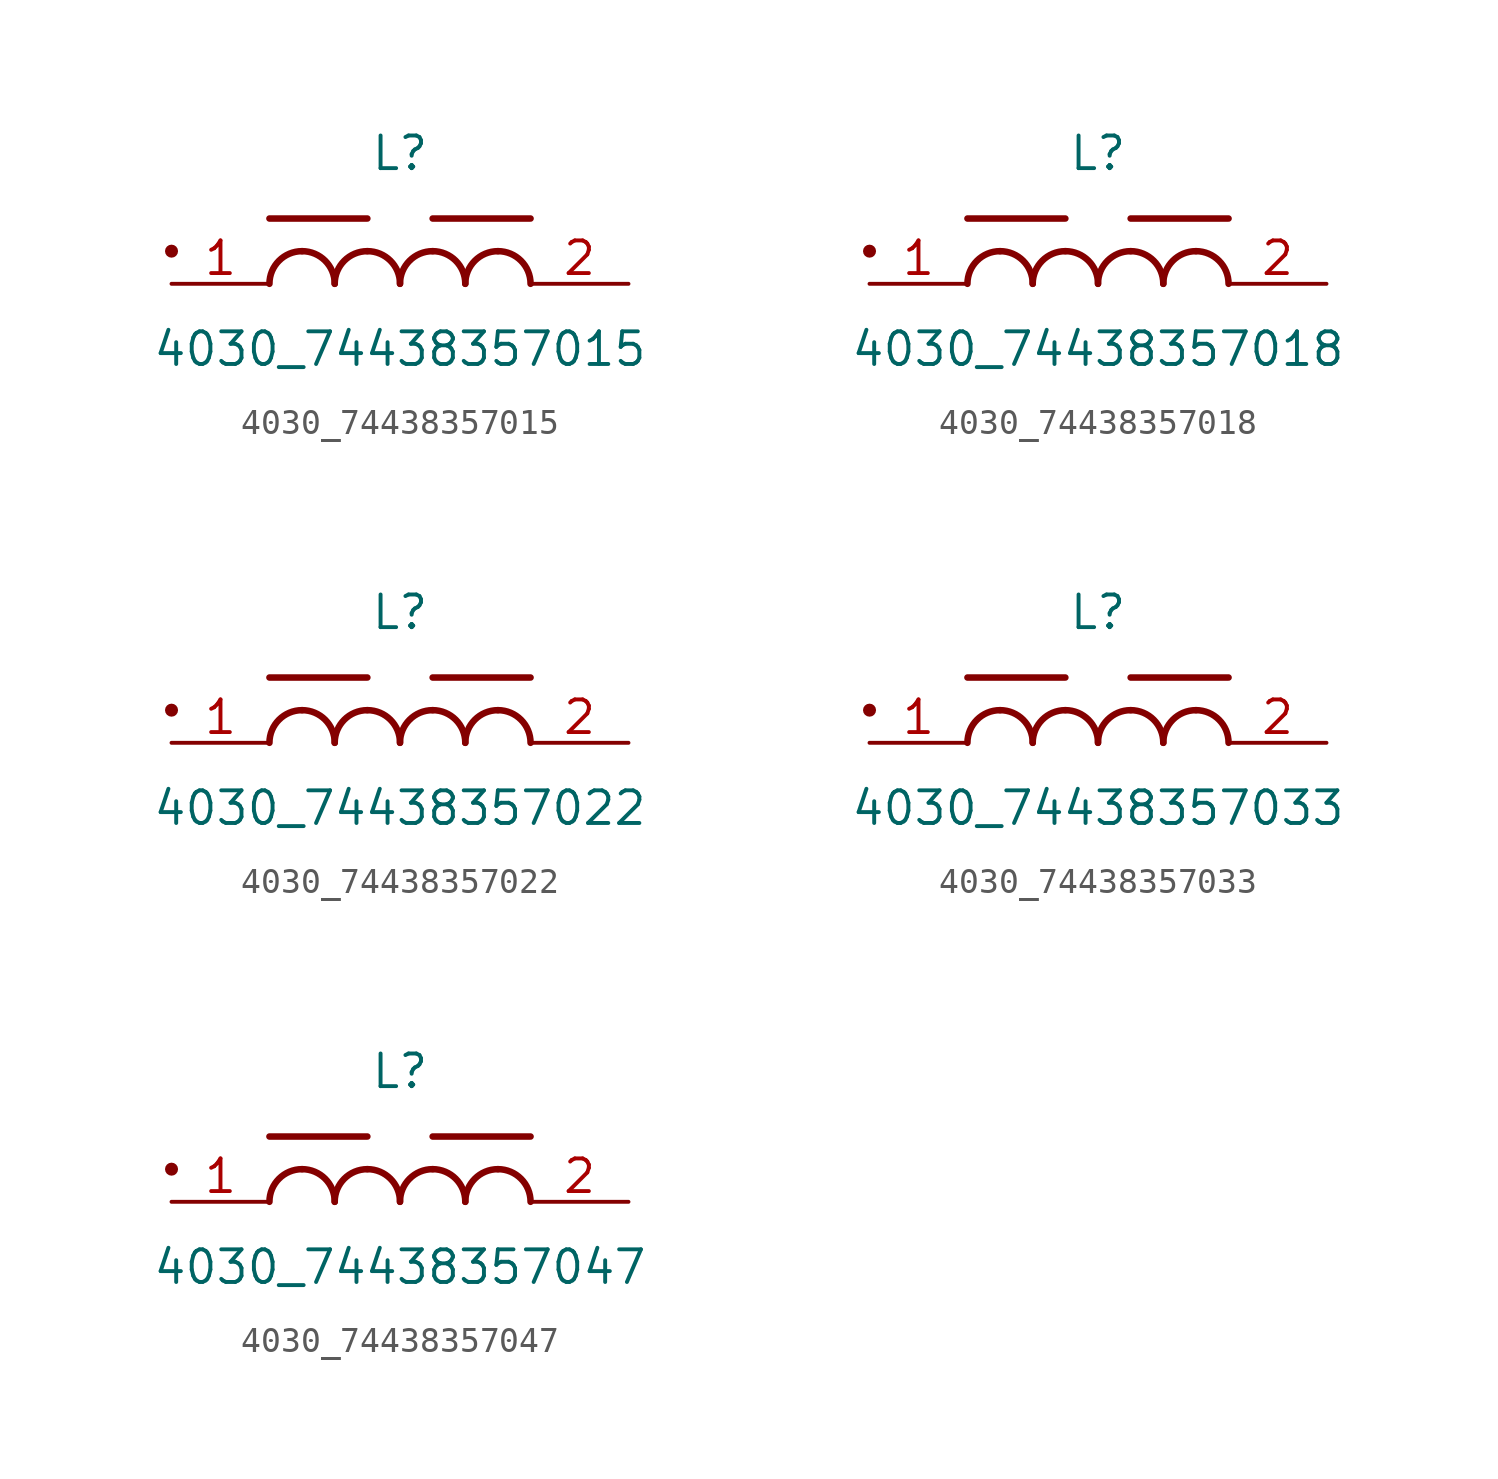
<source format=kicad_sym>
(kicad_symbol_lib
  (version 20211014)
  (generator kicad_symbol_editor)
  (symbol "Inductor_Wurth_WE-MAPI:4030_74438357015"
    (pin_names hide)
    (property "Reference" "L"
      (at 0 5.08 0)
      (effects (font (size 1.27 1.27))))
    (property "Value" "4030_74438357015"
      (at 0 -2.54 0)
      (effects (font (size 1.27 1.27))))
    (symbol "4030_74438357015_0_1"
      (circle (center -8.89 1.27) (radius 0.0001) (stroke (width 0.254)) (stroke (width 0.254) (type default) (color 0 0 0 0)) (fill (type none)))
      (arc (start -3.81 1.27) (mid -4.708 0.898) (end -5.08 0) (stroke (width 0.254) (type default) (color 0 0 0 0)) (fill (type none)))
      (arc (start -2.54 0) (mid -2.912 0.898) (end -3.81 1.27) (stroke (width 0.254) (type default) (color 0 0 0 0)) (fill (type none)))
      (arc (start -1.2699 1.2701) (mid -2.1679 0.8981) (end -2.5399 0.0001) (stroke (width 0.254) (type default) (color 0 0 0 0)) (fill (type none)))
      (polyline (pts (xy -5.08 2.54) (xy -1.27 2.54)) (stroke (width 0.254) (type default) (color 0 0 0 0)) (fill (type none)))
      (polyline (pts (xy 5.08 2.54) (xy 1.27 2.54)) (stroke (width 0.254) (type default) (color 0 0 0 0)) (fill (type none)))
      (arc (start 0.0001 0.0001) (mid -0.3719 0.8981) (end -1.2699 1.2701) (stroke (width 0.254) (type default) (color 0 0 0 0)) (fill (type none)))
      (arc (start 1.2701 1.2701) (mid 0.3721 0.8981) (end 0.0001 0.0001) (stroke (width 0.254) (type default) (color 0 0 0 0)) (fill (type none)))
      (arc (start 2.5401 0.0001) (mid 2.1681 0.8981) (end 1.2701 1.2701) (stroke (width 0.254) (type default) (color 0 0 0 0)) (fill (type none)))
      (arc (start 3.8101 1.2701) (mid 2.9121 0.8981) (end 2.5401 0.0001) (stroke (width 0.254) (type default) (color 0 0 0 0)) (fill (type none)))
      (arc (start 5.0801 0.0001) (mid 4.7081 0.8981) (end 3.8101 1.2701) (stroke (width 0.254) (type default) (color 0 0 0 0)) (fill (type none))))
    (symbol "4030_74438357015_1_1"
      (pin passive line (at -8.89 0 0) (length 3.81) (name "1" (effects (font (size 1.27 1.27)))) (number "1" (effects (font (size 1.27 1.27)))))
      (pin passive line (at 8.89 0 180) (length 3.81) (name "2" (effects (font (size 1.27 1.27)))) (number "2" (effects (font (size 1.27 1.27)))))))
  (symbol "Inductor_Wurth_WE-MAPI:4030_74438357018"
    (pin_names hide)
    (property "Reference" "L"
      (at 0 5.08 0)
      (effects (font (size 1.27 1.27))))
    (property "Value" "4030_74438357018"
      (at 0 -2.54 0)
      (effects (font (size 1.27 1.27))))
    (symbol "4030_74438357018_0_1"
      (circle (center -8.89 1.27) (radius 0.0001) (stroke (width 0.254)) (stroke (width 0.254) (type default) (color 0 0 0 0)) (fill (type none)))
      (arc (start -3.81 1.27) (mid -4.708 0.898) (end -5.08 0) (stroke (width 0.254) (type default) (color 0 0 0 0)) (fill (type none)))
      (arc (start -2.54 0) (mid -2.912 0.898) (end -3.81 1.27) (stroke (width 0.254) (type default) (color 0 0 0 0)) (fill (type none)))
      (arc (start -1.2699 1.2701) (mid -2.1679 0.8981) (end -2.5399 0.0001) (stroke (width 0.254) (type default) (color 0 0 0 0)) (fill (type none)))
      (polyline (pts (xy -5.08 2.54) (xy -1.27 2.54)) (stroke (width 0.254) (type default) (color 0 0 0 0)) (fill (type none)))
      (polyline (pts (xy 5.08 2.54) (xy 1.27 2.54)) (stroke (width 0.254) (type default) (color 0 0 0 0)) (fill (type none)))
      (arc (start 0.0001 0.0001) (mid -0.3719 0.8981) (end -1.2699 1.2701) (stroke (width 0.254) (type default) (color 0 0 0 0)) (fill (type none)))
      (arc (start 1.2701 1.2701) (mid 0.3721 0.8981) (end 0.0001 0.0001) (stroke (width 0.254) (type default) (color 0 0 0 0)) (fill (type none)))
      (arc (start 2.5401 0.0001) (mid 2.1681 0.8981) (end 1.2701 1.2701) (stroke (width 0.254) (type default) (color 0 0 0 0)) (fill (type none)))
      (arc (start 3.8101 1.2701) (mid 2.9121 0.8981) (end 2.5401 0.0001) (stroke (width 0.254) (type default) (color 0 0 0 0)) (fill (type none)))
      (arc (start 5.0801 0.0001) (mid 4.7081 0.8981) (end 3.8101 1.2701) (stroke (width 0.254) (type default) (color 0 0 0 0)) (fill (type none))))
    (symbol "4030_74438357018_1_1"
      (pin passive line (at -8.89 0 0) (length 3.81) (name "1" (effects (font (size 1.27 1.27)))) (number "1" (effects (font (size 1.27 1.27)))))
      (pin passive line (at 8.89 0 180) (length 3.81) (name "2" (effects (font (size 1.27 1.27)))) (number "2" (effects (font (size 1.27 1.27)))))))
  (symbol "Inductor_Wurth_WE-MAPI:4030_74438357022"
    (pin_names hide)
    (property "Reference" "L"
      (at 0 5.08 0)
      (effects (font (size 1.27 1.27))))
    (property "Value" "4030_74438357022"
      (at 0 -2.54 0)
      (effects (font (size 1.27 1.27))))
    (symbol "4030_74438357022_0_1"
      (circle (center -8.89 1.27) (radius 0.0001) (stroke (width 0.254)) (stroke (width 0.254) (type default) (color 0 0 0 0)) (fill (type none)))
      (arc (start -3.81 1.27) (mid -4.708 0.898) (end -5.08 0) (stroke (width 0.254) (type default) (color 0 0 0 0)) (fill (type none)))
      (arc (start -2.54 0) (mid -2.912 0.898) (end -3.81 1.27) (stroke (width 0.254) (type default) (color 0 0 0 0)) (fill (type none)))
      (arc (start -1.2699 1.2701) (mid -2.1679 0.8981) (end -2.5399 0.0001) (stroke (width 0.254) (type default) (color 0 0 0 0)) (fill (type none)))
      (polyline (pts (xy -5.08 2.54) (xy -1.27 2.54)) (stroke (width 0.254) (type default) (color 0 0 0 0)) (fill (type none)))
      (polyline (pts (xy 5.08 2.54) (xy 1.27 2.54)) (stroke (width 0.254) (type default) (color 0 0 0 0)) (fill (type none)))
      (arc (start 0.0001 0.0001) (mid -0.3719 0.8981) (end -1.2699 1.2701) (stroke (width 0.254) (type default) (color 0 0 0 0)) (fill (type none)))
      (arc (start 1.2701 1.2701) (mid 0.3721 0.8981) (end 0.0001 0.0001) (stroke (width 0.254) (type default) (color 0 0 0 0)) (fill (type none)))
      (arc (start 2.5401 0.0001) (mid 2.1681 0.8981) (end 1.2701 1.2701) (stroke (width 0.254) (type default) (color 0 0 0 0)) (fill (type none)))
      (arc (start 3.8101 1.2701) (mid 2.9121 0.8981) (end 2.5401 0.0001) (stroke (width 0.254) (type default) (color 0 0 0 0)) (fill (type none)))
      (arc (start 5.0801 0.0001) (mid 4.7081 0.8981) (end 3.8101 1.2701) (stroke (width 0.254) (type default) (color 0 0 0 0)) (fill (type none))))
    (symbol "4030_74438357022_1_1"
      (pin passive line (at -8.89 0 0) (length 3.81) (name "1" (effects (font (size 1.27 1.27)))) (number "1" (effects (font (size 1.27 1.27)))))
      (pin passive line (at 8.89 0 180) (length 3.81) (name "2" (effects (font (size 1.27 1.27)))) (number "2" (effects (font (size 1.27 1.27)))))))
  (symbol "Inductor_Wurth_WE-MAPI:4030_74438357033"
    (pin_names hide)
    (property "Reference" "L"
      (at 0 5.08 0)
      (effects (font (size 1.27 1.27))))
    (property "Value" "4030_74438357033"
      (at 0 -2.54 0)
      (effects (font (size 1.27 1.27))))
    (symbol "4030_74438357033_0_1"
      (circle (center -8.89 1.27) (radius 0.0001) (stroke (width 0.254)) (stroke (width 0.254) (type default) (color 0 0 0 0)) (fill (type none)))
      (arc (start -3.81 1.27) (mid -4.708 0.898) (end -5.08 0) (stroke (width 0.254) (type default) (color 0 0 0 0)) (fill (type none)))
      (arc (start -2.54 0) (mid -2.912 0.898) (end -3.81 1.27) (stroke (width 0.254) (type default) (color 0 0 0 0)) (fill (type none)))
      (arc (start -1.2699 1.2701) (mid -2.1679 0.8981) (end -2.5399 0.0001) (stroke (width 0.254) (type default) (color 0 0 0 0)) (fill (type none)))
      (polyline (pts (xy -5.08 2.54) (xy -1.27 2.54)) (stroke (width 0.254) (type default) (color 0 0 0 0)) (fill (type none)))
      (polyline (pts (xy 5.08 2.54) (xy 1.27 2.54)) (stroke (width 0.254) (type default) (color 0 0 0 0)) (fill (type none)))
      (arc (start 0.0001 0.0001) (mid -0.3719 0.8981) (end -1.2699 1.2701) (stroke (width 0.254) (type default) (color 0 0 0 0)) (fill (type none)))
      (arc (start 1.2701 1.2701) (mid 0.3721 0.8981) (end 0.0001 0.0001) (stroke (width 0.254) (type default) (color 0 0 0 0)) (fill (type none)))
      (arc (start 2.5401 0.0001) (mid 2.1681 0.8981) (end 1.2701 1.2701) (stroke (width 0.254) (type default) (color 0 0 0 0)) (fill (type none)))
      (arc (start 3.8101 1.2701) (mid 2.9121 0.8981) (end 2.5401 0.0001) (stroke (width 0.254) (type default) (color 0 0 0 0)) (fill (type none)))
      (arc (start 5.0801 0.0001) (mid 4.7081 0.8981) (end 3.8101 1.2701) (stroke (width 0.254) (type default) (color 0 0 0 0)) (fill (type none))))
    (symbol "4030_74438357033_1_1"
      (pin passive line (at -8.89 0 0) (length 3.81) (name "1" (effects (font (size 1.27 1.27)))) (number "1" (effects (font (size 1.27 1.27)))))
      (pin passive line (at 8.89 0 180) (length 3.81) (name "2" (effects (font (size 1.27 1.27)))) (number "2" (effects (font (size 1.27 1.27)))))))
  (symbol "Inductor_Wurth_WE-MAPI:4030_74438357047"
    (pin_names hide)
    (property "Reference" "L"
      (at 0 5.08 0)
      (effects (font (size 1.27 1.27))))
    (property "Value" "4030_74438357047"
      (at 0 -2.54 0)
      (effects (font (size 1.27 1.27))))
    (symbol "4030_74438357047_0_1"
      (circle (center -8.89 1.27) (radius 0.0001) (stroke (width 0.254)) (stroke (width 0.254) (type default) (color 0 0 0 0)) (fill (type none)))
      (arc (start -3.81 1.27) (mid -4.708 0.898) (end -5.08 0) (stroke (width 0.254) (type default) (color 0 0 0 0)) (fill (type none)))
      (arc (start -2.54 0) (mid -2.912 0.898) (end -3.81 1.27) (stroke (width 0.254) (type default) (color 0 0 0 0)) (fill (type none)))
      (arc (start -1.2699 1.2701) (mid -2.1679 0.8981) (end -2.5399 0.0001) (stroke (width 0.254) (type default) (color 0 0 0 0)) (fill (type none)))
      (polyline (pts (xy -5.08 2.54) (xy -1.27 2.54)) (stroke (width 0.254) (type default) (color 0 0 0 0)) (fill (type none)))
      (polyline (pts (xy 5.08 2.54) (xy 1.27 2.54)) (stroke (width 0.254) (type default) (color 0 0 0 0)) (fill (type none)))
      (arc (start 0.0001 0.0001) (mid -0.3719 0.8981) (end -1.2699 1.2701) (stroke (width 0.254) (type default) (color 0 0 0 0)) (fill (type none)))
      (arc (start 1.2701 1.2701) (mid 0.3721 0.8981) (end 0.0001 0.0001) (stroke (width 0.254) (type default) (color 0 0 0 0)) (fill (type none)))
      (arc (start 2.5401 0.0001) (mid 2.1681 0.8981) (end 1.2701 1.2701) (stroke (width 0.254) (type default) (color 0 0 0 0)) (fill (type none)))
      (arc (start 3.8101 1.2701) (mid 2.9121 0.8981) (end 2.5401 0.0001) (stroke (width 0.254) (type default) (color 0 0 0 0)) (fill (type none)))
      (arc (start 5.0801 0.0001) (mid 4.7081 0.8981) (end 3.8101 1.2701) (stroke (width 0.254) (type default) (color 0 0 0 0)) (fill (type none))))
    (symbol "4030_74438357047_1_1"
      (pin passive line (at -8.89 0 0) (length 3.81) (name "1" (effects (font (size 1.27 1.27)))) (number "1" (effects (font (size 1.27 1.27)))))
      (pin passive line (at 8.89 0 180) (length 3.81) (name "2" (effects (font (size 1.27 1.27)))) (number "2" (effects (font (size 1.27 1.27))))))))
</source>
